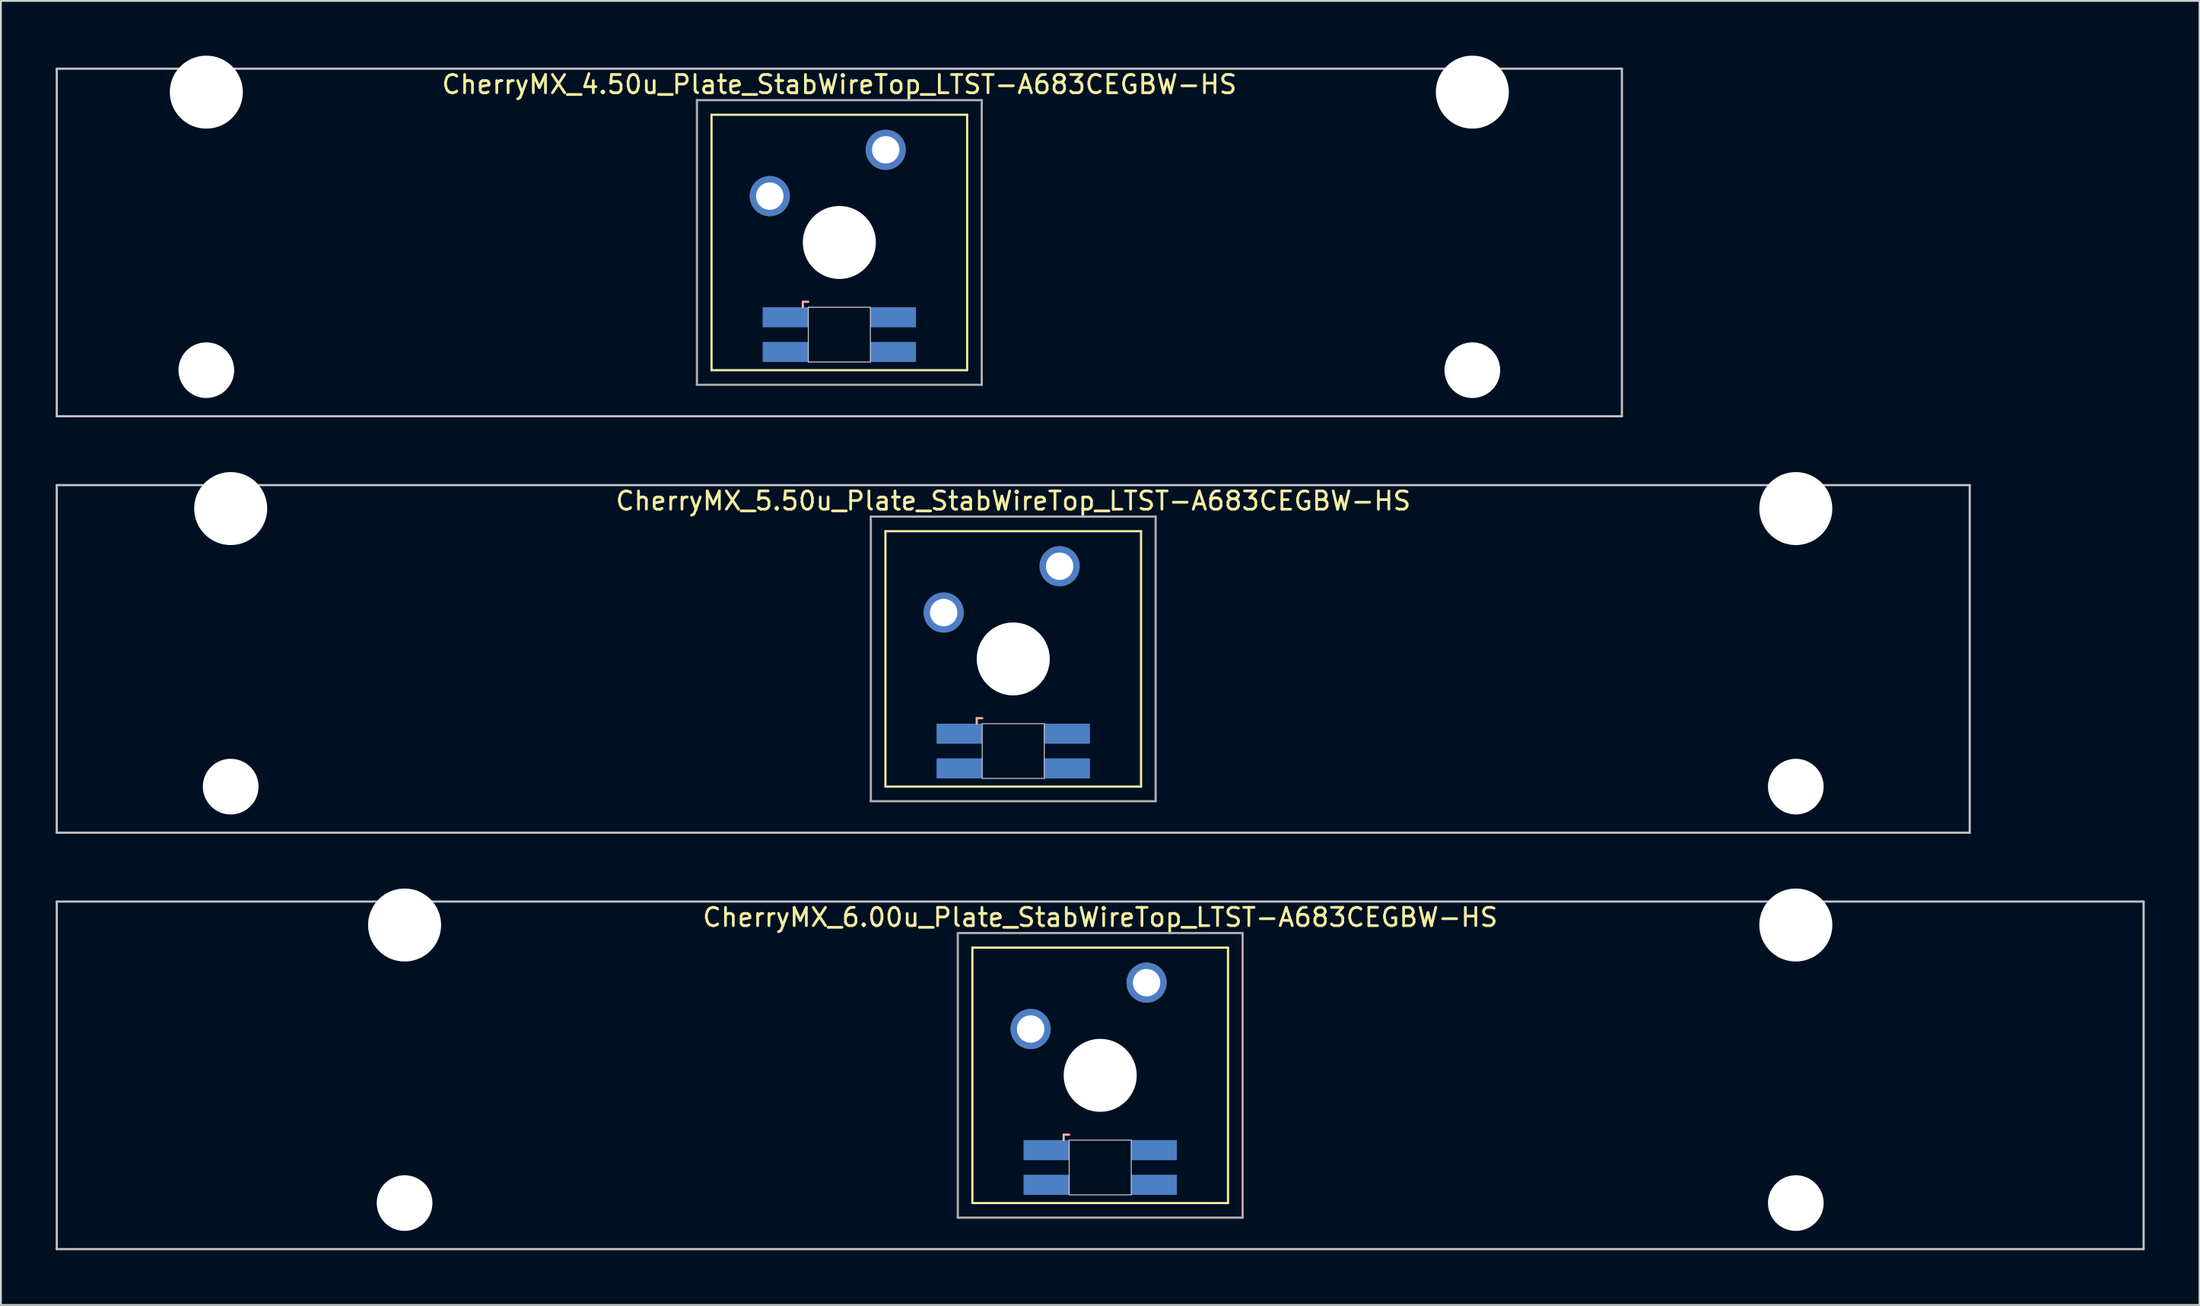
<source format=kicad_pcb>
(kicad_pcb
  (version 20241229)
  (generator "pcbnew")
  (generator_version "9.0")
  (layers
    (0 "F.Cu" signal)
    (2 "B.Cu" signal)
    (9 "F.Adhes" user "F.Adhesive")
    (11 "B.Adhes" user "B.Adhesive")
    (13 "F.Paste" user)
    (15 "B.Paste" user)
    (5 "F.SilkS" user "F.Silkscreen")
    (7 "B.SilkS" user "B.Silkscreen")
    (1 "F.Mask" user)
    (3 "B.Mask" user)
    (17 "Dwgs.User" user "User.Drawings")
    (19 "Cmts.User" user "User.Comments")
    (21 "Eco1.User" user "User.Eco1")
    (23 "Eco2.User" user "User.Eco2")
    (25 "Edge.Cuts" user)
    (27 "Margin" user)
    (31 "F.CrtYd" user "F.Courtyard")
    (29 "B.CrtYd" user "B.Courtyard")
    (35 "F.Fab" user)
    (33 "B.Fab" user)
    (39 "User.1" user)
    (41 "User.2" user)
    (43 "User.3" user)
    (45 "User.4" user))
  (footprint "CherryMX_5.50u_Plate_StabWireTop_LTST-A683CEGBW-HS"
    (layer "F.Cu")
    (at 52.447 33.065)
    (property "Reference" "CherryMX_5.50u_Plate_StabWireTop_LTST-A683CEGBW-HS" (at 0 -8.662 0) (layer "F.SilkS") (effects (font (size 1 1) (thickness 0.15))))
    (attr through_hole)
    (fp_line (start -7 -7) (end -7 7) (stroke (width 0.12) (type solid)) (layer "F.SilkS"))
    (fp_line (start -7 -7) (end 7 -7) (stroke (width 0.12) (type solid)) (layer "F.SilkS"))
    (fp_line (start 7 -7) (end 7 7) (stroke (width 0.12) (type solid)) (layer "F.SilkS"))
    (fp_line (start 7 7) (end -7 7) (stroke (width 0.12) (type solid)) (layer "F.SilkS"))
    (fp_line (start -2 3.25) (end -2 3.55) (stroke (width 0.12) (type solid)) (layer "B.SilkS"))
    (fp_line (start -1.7 3.25) (end -2 3.25) (stroke (width 0.12) (type solid)) (layer "B.SilkS"))
    (fp_line (start -52.388 -9.525) (end 52.388 -9.525) (stroke (width 0.12) (type solid)) (layer "Dwgs.User"))
    (fp_line (start -52.388 9.525) (end -52.388 -9.525) (stroke (width 0.12) (type solid)) (layer "Dwgs.User"))
    (fp_line (start 52.388 -9.525) (end 52.388 9.525) (stroke (width 0.12) (type solid)) (layer "Dwgs.User"))
    (fp_line (start 52.388 9.525) (end -52.388 9.525) (stroke (width 0.12) (type solid)) (layer "Dwgs.User"))
    (fp_line (start -1.7 3.55) (end 1.7 3.55) (stroke (width 0.05) (type solid)) (layer "Edge.Cuts"))
    (fp_line (start -1.7 6.55) (end -1.7 3.55) (stroke (width 0.05) (type solid)) (layer "Edge.Cuts"))
    (fp_line (start 1.7 3.55) (end 1.7 6.55) (stroke (width 0.05) (type solid)) (layer "Edge.Cuts"))
    (fp_line (start 1.7 6.55) (end -1.7 6.55) (stroke (width 0.05) (type solid)) (layer "Edge.Cuts"))
    (fp_line (start -7.8 -7.8) (end -7.8 7.8) (stroke (width 0.12) (type solid)) (layer "F.Fab"))
    (fp_line (start -7.8 -7.8) (end 7.8 -7.8) (stroke (width 0.12) (type solid)) (layer "F.Fab"))
    (fp_line (start -7.8 7.8) (end 7.8 7.8) (stroke (width 0.12) (type solid)) (layer "F.Fab"))
    (fp_line (start 7.8 -7.8) (end 7.8 7.8) (stroke (width 0.12) (type solid)) (layer "F.Fab"))
    (pad "" np_thru_hole circle (at -42.862 -8.24) (size 4 4) (drill 4) (layers "*.Cu" "*.Mask"))
    (pad "" np_thru_hole circle (at -42.862 7) (size 3.05 3.05) (drill 3.05) (layers "*.Cu" "*.Mask"))
    (pad "" np_thru_hole circle (at 0 0) (size 4 4) (drill 4) (layers "*.Cu" "*.Mask"))
    (pad "" np_thru_hole circle (at 42.862 -8.24) (size 4 4) (drill 4) (layers "*.Cu" "*.Mask"))
    (pad "" np_thru_hole circle (at 42.862 7) (size 3.05 3.05) (drill 3.05) (layers "*.Cu" "*.Mask"))
    (pad "1" thru_hole circle (at -3.81 -2.54) (size 2.2 2.2) (drill 1.5) (layers "*.Cu" "*.Mask"))
    (pad "2" thru_hole circle (at 2.54 -5.08) (size 2.2 2.2) (drill 1.5) (layers "*.Cu" "*.Mask"))
    (pad "3" smd rect (at -2.95 4.1) (size 2.5 1.1) (layers "B.Cu" "B.Mask" "B.Paste"))
    (pad "4" smd rect (at -2.95 6) (size 2.5 1.1) (layers "B.Cu" "B.Mask" "B.Paste"))
    (pad "5" smd rect (at 2.95 4.1) (size 2.5 1.1) (layers "B.Cu" "B.Mask" "B.Paste"))
    (pad "6" smd rect (at 2.95 6) (size 2.5 1.1) (layers "B.Cu" "B.Mask" "B.Paste")))
  (footprint "CherryMX_4.50u_Plate_StabWireTop_LTST-A683CEGBW-HS"
    (layer "F.Cu")
    (at 42.922 10.24)
    (property "Reference" "CherryMX_4.50u_Plate_StabWireTop_LTST-A683CEGBW-HS" (at 0 -8.662 0) (layer "F.SilkS") (effects (font (size 1 1) (thickness 0.15))))
    (attr through_hole)
    (fp_line (start -7 -7) (end -7 7) (stroke (width 0.12) (type solid)) (layer "F.SilkS"))
    (fp_line (start -7 -7) (end 7 -7) (stroke (width 0.12) (type solid)) (layer "F.SilkS"))
    (fp_line (start 7 -7) (end 7 7) (stroke (width 0.12) (type solid)) (layer "F.SilkS"))
    (fp_line (start 7 7) (end -7 7) (stroke (width 0.12) (type solid)) (layer "F.SilkS"))
    (fp_line (start -2 3.25) (end -2 3.55) (stroke (width 0.12) (type solid)) (layer "B.SilkS"))
    (fp_line (start -1.7 3.25) (end -2 3.25) (stroke (width 0.12) (type solid)) (layer "B.SilkS"))
    (fp_line (start -42.862 -9.525) (end 42.862 -9.525) (stroke (width 0.12) (type solid)) (layer "Dwgs.User"))
    (fp_line (start -42.862 9.525) (end -42.862 -9.525) (stroke (width 0.12) (type solid)) (layer "Dwgs.User"))
    (fp_line (start 42.862 -9.525) (end 42.862 9.525) (stroke (width 0.12) (type solid)) (layer "Dwgs.User"))
    (fp_line (start 42.862 9.525) (end -42.862 9.525) (stroke (width 0.12) (type solid)) (layer "Dwgs.User"))
    (fp_line (start -1.7 3.55) (end 1.7 3.55) (stroke (width 0.05) (type solid)) (layer "Edge.Cuts"))
    (fp_line (start -1.7 6.55) (end -1.7 3.55) (stroke (width 0.05) (type solid)) (layer "Edge.Cuts"))
    (fp_line (start 1.7 3.55) (end 1.7 6.55) (stroke (width 0.05) (type solid)) (layer "Edge.Cuts"))
    (fp_line (start 1.7 6.55) (end -1.7 6.55) (stroke (width 0.05) (type solid)) (layer "Edge.Cuts"))
    (fp_line (start -7.8 -7.8) (end -7.8 7.8) (stroke (width 0.12) (type solid)) (layer "F.Fab"))
    (fp_line (start -7.8 -7.8) (end 7.8 -7.8) (stroke (width 0.12) (type solid)) (layer "F.Fab"))
    (fp_line (start -7.8 7.8) (end 7.8 7.8) (stroke (width 0.12) (type solid)) (layer "F.Fab"))
    (fp_line (start 7.8 -7.8) (end 7.8 7.8) (stroke (width 0.12) (type solid)) (layer "F.Fab"))
    (pad "" np_thru_hole circle (at -34.671 -8.24) (size 4 4) (drill 4) (layers "*.Cu" "*.Mask"))
    (pad "" np_thru_hole circle (at -34.671 7) (size 3.05 3.05) (drill 3.05) (layers "*.Cu" "*.Mask"))
    (pad "" np_thru_hole circle (at 0 0) (size 4 4) (drill 4) (layers "*.Cu" "*.Mask"))
    (pad "" np_thru_hole circle (at 34.671 -8.24) (size 4 4) (drill 4) (layers "*.Cu" "*.Mask"))
    (pad "" np_thru_hole circle (at 34.671 7) (size 3.05 3.05) (drill 3.05) (layers "*.Cu" "*.Mask"))
    (pad "1" thru_hole circle (at -3.81 -2.54) (size 2.2 2.2) (drill 1.5) (layers "*.Cu" "*.Mask"))
    (pad "2" thru_hole circle (at 2.54 -5.08) (size 2.2 2.2) (drill 1.5) (layers "*.Cu" "*.Mask"))
    (pad "3" smd rect (at -2.95 4.1) (size 2.5 1.1) (layers "B.Cu" "B.Mask" "B.Paste"))
    (pad "4" smd rect (at -2.95 6) (size 2.5 1.1) (layers "B.Cu" "B.Mask" "B.Paste"))
    (pad "5" smd rect (at 2.95 4.1) (size 2.5 1.1) (layers "B.Cu" "B.Mask" "B.Paste"))
    (pad "6" smd rect (at 2.95 6) (size 2.5 1.1) (layers "B.Cu" "B.Mask" "B.Paste")))
  (footprint "CherryMX_6.00u_Plate_StabWireTop_LTST-A683CEGBW-HS"
    (layer "F.Cu")
    (at 57.21 55.89)
    (property "Reference" "CherryMX_6.00u_Plate_StabWireTop_LTST-A683CEGBW-HS" (at 0 -8.662 0) (layer "F.SilkS") (effects (font (size 1 1) (thickness 0.15))))
    (attr through_hole)
    (fp_line (start -7 -7) (end -7 7) (stroke (width 0.12) (type solid)) (layer "F.SilkS"))
    (fp_line (start -7 -7) (end 7 -7) (stroke (width 0.12) (type solid)) (layer "F.SilkS"))
    (fp_line (start 7 -7) (end 7 7) (stroke (width 0.12) (type solid)) (layer "F.SilkS"))
    (fp_line (start 7 7) (end -7 7) (stroke (width 0.12) (type solid)) (layer "F.SilkS"))
    (fp_line (start -2 3.25) (end -2 3.55) (stroke (width 0.12) (type solid)) (layer "B.SilkS"))
    (fp_line (start -1.7 3.25) (end -2 3.25) (stroke (width 0.12) (type solid)) (layer "B.SilkS"))
    (fp_line (start -57.15 -9.525) (end 57.15 -9.525) (stroke (width 0.12) (type solid)) (layer "Dwgs.User"))
    (fp_line (start -57.15 9.525) (end -57.15 -9.525) (stroke (width 0.12) (type solid)) (layer "Dwgs.User"))
    (fp_line (start 57.15 -9.525) (end 57.15 9.525) (stroke (width 0.12) (type solid)) (layer "Dwgs.User"))
    (fp_line (start 57.15 9.525) (end -57.15 9.525) (stroke (width 0.12) (type solid)) (layer "Dwgs.User"))
    (fp_line (start -1.7 3.55) (end 1.7 3.55) (stroke (width 0.05) (type solid)) (layer "Edge.Cuts"))
    (fp_line (start -1.7 6.55) (end -1.7 3.55) (stroke (width 0.05) (type solid)) (layer "Edge.Cuts"))
    (fp_line (start 1.7 3.55) (end 1.7 6.55) (stroke (width 0.05) (type solid)) (layer "Edge.Cuts"))
    (fp_line (start 1.7 6.55) (end -1.7 6.55) (stroke (width 0.05) (type solid)) (layer "Edge.Cuts"))
    (fp_line (start -7.8 -7.8) (end -7.8 7.8) (stroke (width 0.12) (type solid)) (layer "F.Fab"))
    (fp_line (start -7.8 -7.8) (end 7.8 -7.8) (stroke (width 0.12) (type solid)) (layer "F.Fab"))
    (fp_line (start -7.8 7.8) (end 7.8 7.8) (stroke (width 0.12) (type solid)) (layer "F.Fab"))
    (fp_line (start 7.8 -7.8) (end 7.8 7.8) (stroke (width 0.12) (type solid)) (layer "F.Fab"))
    (pad "" np_thru_hole circle (at -38.1 -8.24) (size 4 4) (drill 4) (layers "*.Cu" "*.Mask"))
    (pad "" np_thru_hole circle (at -38.1 7) (size 3.05 3.05) (drill 3.05) (layers "*.Cu" "*.Mask"))
    (pad "" np_thru_hole circle (at 0 0) (size 4 4) (drill 4) (layers "*.Cu" "*.Mask"))
    (pad "" np_thru_hole circle (at 38.1 -8.24) (size 4 4) (drill 4) (layers "*.Cu" "*.Mask"))
    (pad "" np_thru_hole circle (at 38.1 7) (size 3.05 3.05) (drill 3.05) (layers "*.Cu" "*.Mask"))
    (pad "1" thru_hole circle (at -3.81 -2.54) (size 2.2 2.2) (drill 1.5) (layers "*.Cu" "*.Mask"))
    (pad "2" thru_hole circle (at 2.54 -5.08) (size 2.2 2.2) (drill 1.5) (layers "*.Cu" "*.Mask"))
    (pad "3" smd rect (at -2.95 4.1) (size 2.5 1.1) (layers "B.Cu" "B.Mask" "B.Paste"))
    (pad "4" smd rect (at -2.95 6) (size 2.5 1.1) (layers "B.Cu" "B.Mask" "B.Paste"))
    (pad "5" smd rect (at 2.95 4.1) (size 2.5 1.1) (layers "B.Cu" "B.Mask" "B.Paste"))
    (pad "6" smd rect (at 2.95 6) (size 2.5 1.1) (layers "B.Cu" "B.Mask" "B.Paste")))
  (gr_rect
    (start -3 -3)
    (end 117.42 68.475)
    (stroke (width 0.1) (type default))
    (fill no)
    (layer "Edge.Cuts")))
</source>
